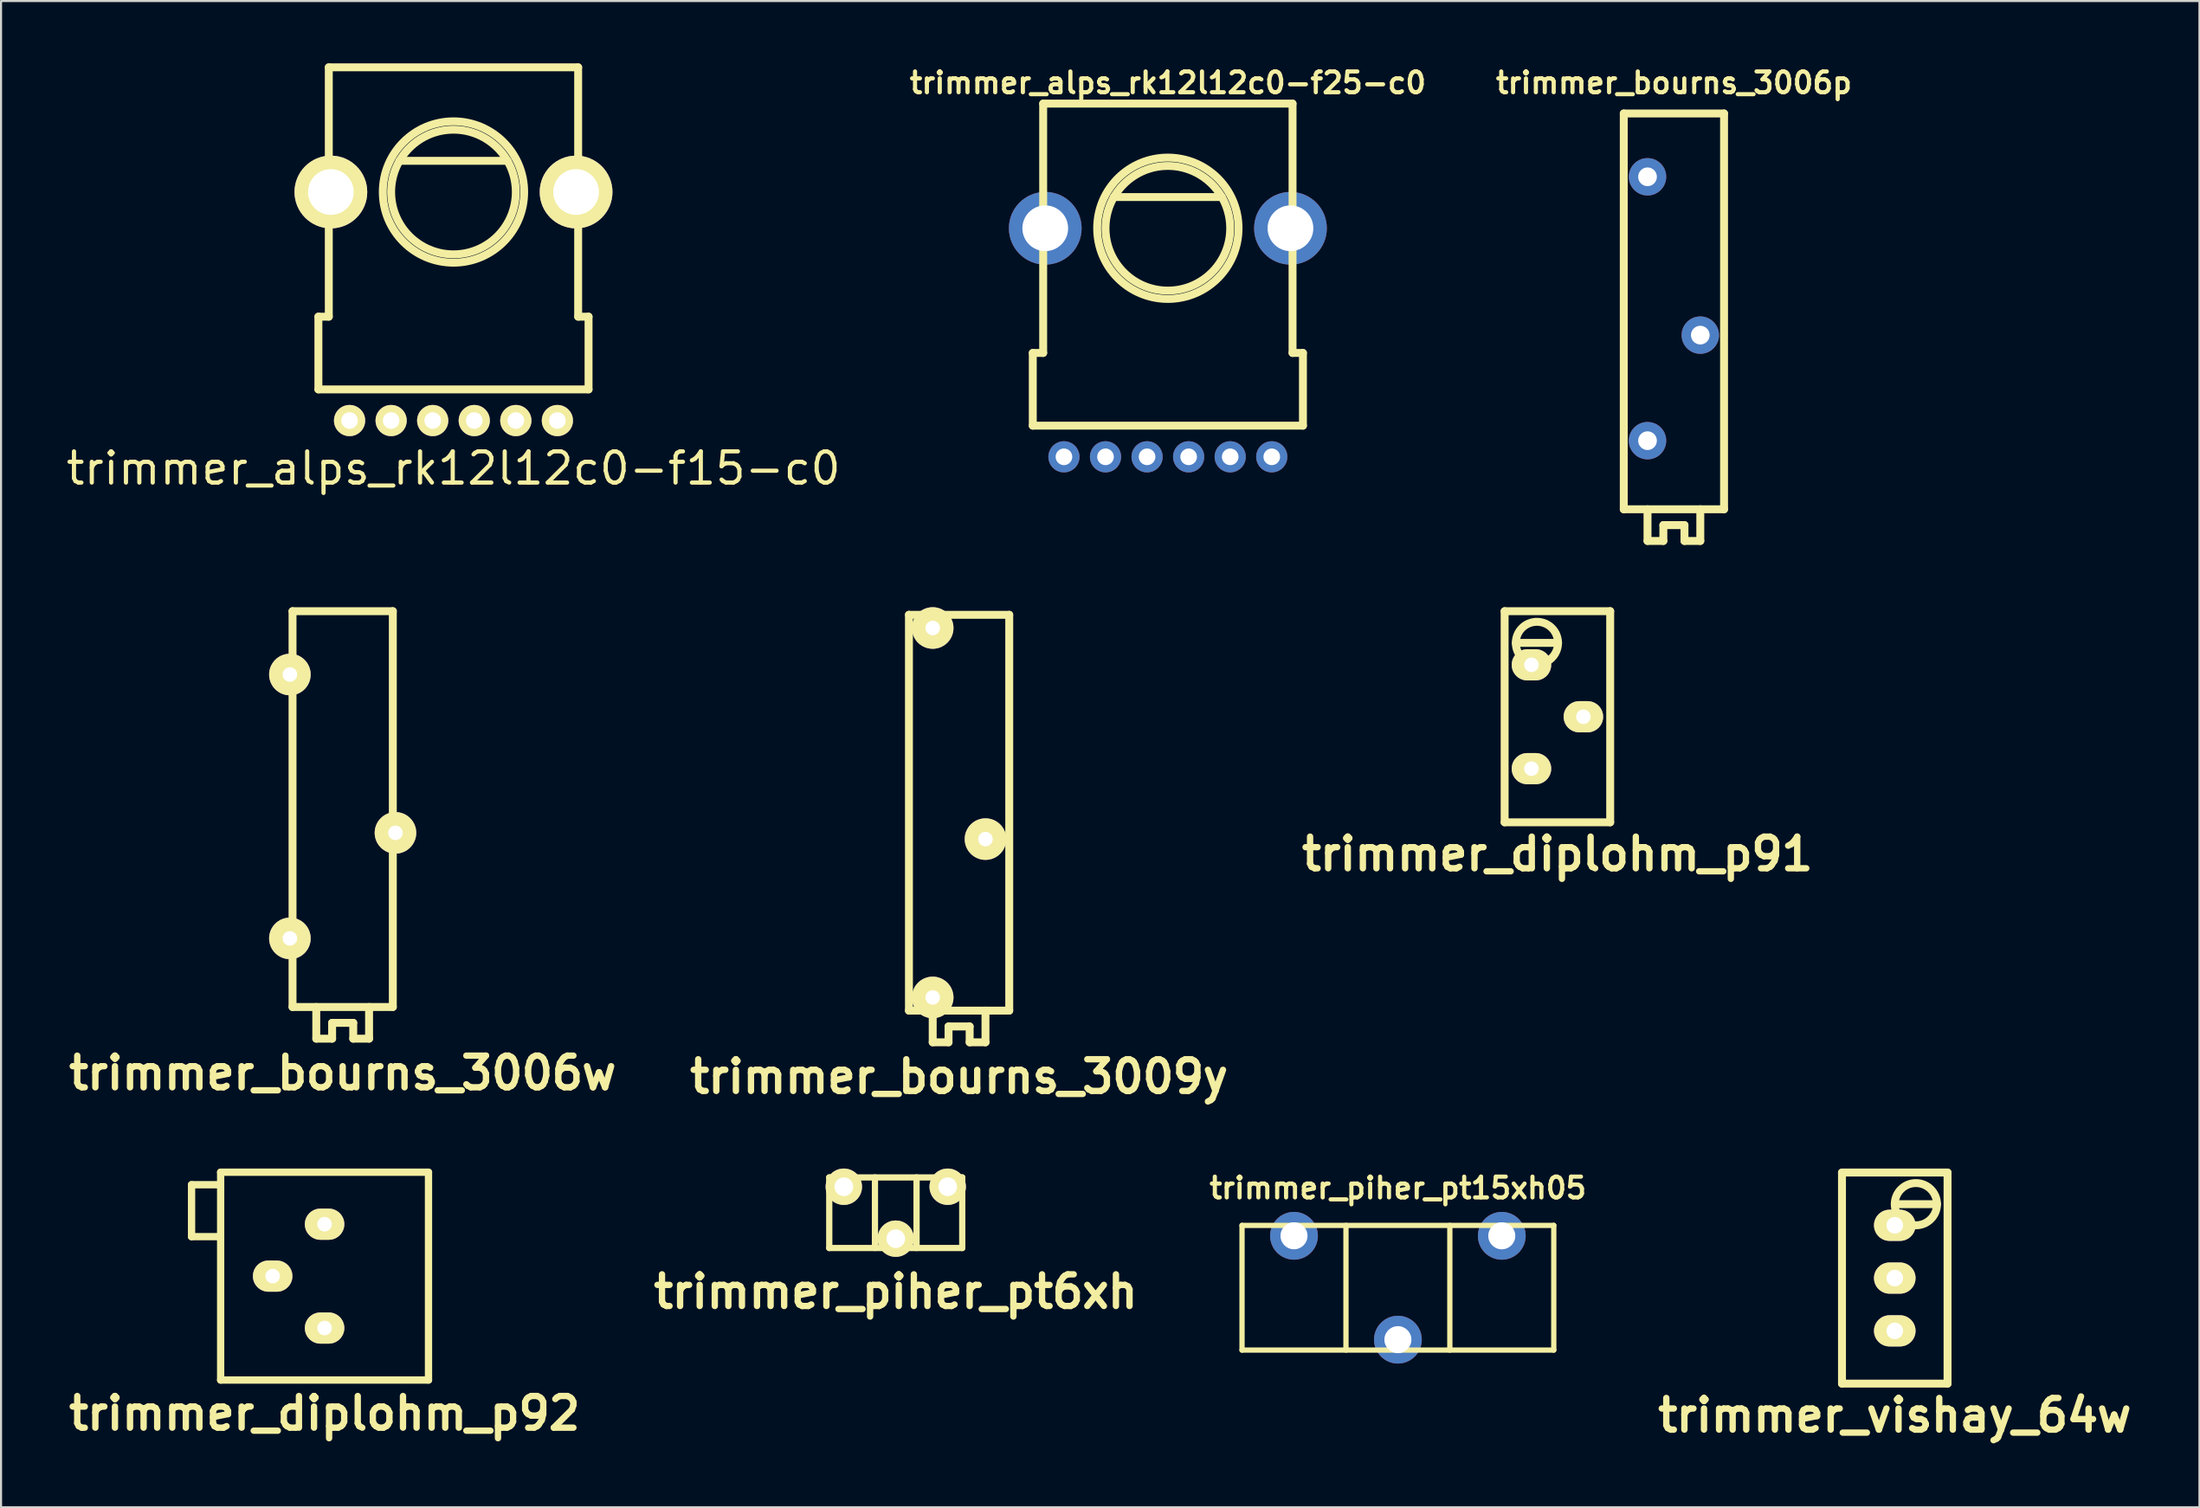
<source format=kicad_pcb>
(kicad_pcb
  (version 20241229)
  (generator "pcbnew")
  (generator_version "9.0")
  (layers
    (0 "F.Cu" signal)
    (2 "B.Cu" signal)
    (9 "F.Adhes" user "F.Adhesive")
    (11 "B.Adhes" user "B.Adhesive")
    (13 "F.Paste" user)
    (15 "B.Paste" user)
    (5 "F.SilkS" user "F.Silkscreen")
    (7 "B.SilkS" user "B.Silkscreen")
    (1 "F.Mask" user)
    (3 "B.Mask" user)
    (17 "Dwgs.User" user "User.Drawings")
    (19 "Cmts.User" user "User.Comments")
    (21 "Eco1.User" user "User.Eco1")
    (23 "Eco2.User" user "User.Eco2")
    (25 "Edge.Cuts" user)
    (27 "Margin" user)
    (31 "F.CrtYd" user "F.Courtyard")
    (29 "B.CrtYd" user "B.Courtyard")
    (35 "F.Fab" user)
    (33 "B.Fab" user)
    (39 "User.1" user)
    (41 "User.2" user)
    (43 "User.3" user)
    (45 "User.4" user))
  (footprint "trimmer_piher_pt15xh05"
    (layer "F.Cu")
    (at 64.219 58.927)
    (property "Reference" "trimmer_piher_pt15xh05" (at 0 -4.8 0) (layer "F.SilkS") (effects (font (size 1 1) (thickness 0.2))))
    (attr through_hole)
    (fp_line (start -7.501 -3) (end 7.501 -3) (stroke (width 0.254) (type solid)) (layer "F.SilkS"))
    (fp_line (start -7.501 3) (end -7.501 -3) (stroke (width 0.254) (type solid)) (layer "F.SilkS"))
    (fp_line (start -2.499 -3) (end -2.499 3) (stroke (width 0.254) (type solid)) (layer "F.SilkS"))
    (fp_line (start 2.499 3) (end 2.499 -3) (stroke (width 0.254) (type solid)) (layer "F.SilkS"))
    (fp_line (start 7.501 -3) (end 7.501 3) (stroke (width 0.254) (type solid)) (layer "F.SilkS"))
    (fp_line (start 7.501 3) (end -7.501 3) (stroke (width 0.254) (type solid)) (layer "F.SilkS"))
    (pad "1" thru_hole circle (at 4.999 -2.499) (size 2.3 2.3) (drill 1.3) (layers "*.Cu" "*.Mask"))
    (pad "2" thru_hole circle (at 0 2.499) (size 2.3 2.3) (drill 1.3) (layers "*.Cu" "*.Mask"))
    (pad "3" thru_hole circle (at -5 -2.5) (size 2.3 2.3) (drill 1.3) (layers "*.Cu" "*.Mask")))
  (footprint "trimmer_diplohm_p92"
    (layer "F.Cu")
    (at 12.569 58.368)
    (property "Reference" "trimmer_diplohm_p92" (at 0 6.604 0) (layer "F.SilkS") (effects (font (size 1.524 1.524) (thickness 0.305))))
    (attr through_hole)
    (fp_line (start -6.401 -4.399) (end -6.401 -1.9) (stroke (width 0.351) (type solid)) (layer "F.SilkS"))
    (fp_line (start -6.401 -1.9) (end -5.1 -1.9) (stroke (width 0.351) (type solid)) (layer "F.SilkS"))
    (fp_line (start -5.001 -5.001) (end 5.001 -5.001) (stroke (width 0.351) (type solid)) (layer "F.SilkS"))
    (fp_line (start -5.001 -4.399) (end -6.401 -4.399) (stroke (width 0.351) (type solid)) (layer "F.SilkS"))
    (fp_line (start -5.001 5.001) (end -5.001 -5.001) (stroke (width 0.351) (type solid)) (layer "F.SilkS"))
    (fp_line (start 5.001 -5.001) (end 5.001 5.001) (stroke (width 0.351) (type solid)) (layer "F.SilkS"))
    (fp_line (start 5.001 5.001) (end -5.001 5.001) (stroke (width 0.351) (type solid)) (layer "F.SilkS"))
    (pad "1" thru_hole oval (at 0 -2.499) (size 1.9 1.501) (drill 0.701) (layers "*.Cu" "*.Mask" "F.SilkS"))
    (pad "2" thru_hole oval (at -2.499 0) (size 1.9 1.501) (drill 0.701) (layers "*.Cu" "*.Mask" "F.SilkS"))
    (pad "3" thru_hole oval (at 0 2.499) (size 1.9 1.501) (drill 0.701) (layers "*.Cu" "*.Mask" "F.SilkS")))
  (footprint "trimmer_bourns_3006w"
    (layer "F.Cu")
    (at 13.44 35.891)
    (property "Reference" "trimmer_bourns_3006w" (at 0 12.7 0) (layer "F.SilkS") (effects (font (size 1.524 1.524) (thickness 0.305))))
    (attr through_hole)
    (fp_line (start -2.413 9.525) (end -2.413 -9.525) (stroke (width 0.381) (type solid)) (layer "F.SilkS"))
    (fp_line (start -1.27 9.525) (end -1.27 11.049) (stroke (width 0.381) (type solid)) (layer "F.SilkS"))
    (fp_line (start -0.508 10.287) (end 0.508 10.287) (stroke (width 0.381) (type solid)) (layer "F.SilkS"))
    (fp_line (start -0.508 11.049) (end -1.27 11.049) (stroke (width 0.381) (type solid)) (layer "F.SilkS"))
    (fp_line (start -0.508 11.049) (end -0.508 10.287) (stroke (width 0.381) (type solid)) (layer "F.SilkS"))
    (fp_line (start 0.508 10.287) (end 0.508 11.049) (stroke (width 0.381) (type solid)) (layer "F.SilkS"))
    (fp_line (start 0.508 11.049) (end 1.27 11.049) (stroke (width 0.381) (type solid)) (layer "F.SilkS"))
    (fp_line (start 1.27 11.049) (end 1.27 9.525) (stroke (width 0.381) (type solid)) (layer "F.SilkS"))
    (fp_line (start 2.413 -9.525) (end -2.413 -9.525) (stroke (width 0.381) (type solid)) (layer "F.SilkS"))
    (fp_line (start 2.413 -9.525) (end 2.413 9.525) (stroke (width 0.381) (type solid)) (layer "F.SilkS"))
    (fp_line (start 2.413 9.525) (end -2.413 9.525) (stroke (width 0.381) (type solid)) (layer "F.SilkS"))
    (pad "1" thru_hole oval (at -2.54 -6.477) (size 1.999 1.999) (drill 0.701) (layers "*.Cu" "*.Mask" "F.SilkS"))
    (pad "2" thru_hole oval (at 2.54 1.143) (size 1.999 1.999) (drill 0.701) (layers "*.Cu" "*.Mask" "F.SilkS"))
    (pad "3" thru_hole oval (at -2.54 6.223) (size 1.999 1.999) (drill 0.701) (layers "*.Cu" "*.Mask" "F.SilkS")))
  (footprint "trimmer_diplohm_p91"
    (layer "F.Cu")
    (at 71.895 31.446)
    (property "Reference" "trimmer_diplohm_p91" (at 0 6.604 0) (layer "F.SilkS") (effects (font (size 1.524 1.524) (thickness 0.305))))
    (attr through_hole)
    (fp_line (start -2.54 5.08) (end -2.54 -5.08) (stroke (width 0.381) (type solid)) (layer "F.SilkS"))
    (fp_line (start -1.999 -3.556) (end 0.033 -3.556) (stroke (width 0.381) (type solid)) (layer "F.SilkS"))
    (fp_line (start 2.54 -5.08) (end -2.54 -5.08) (stroke (width 0.381) (type solid)) (layer "F.SilkS"))
    (fp_line (start 2.54 -5.08) (end 2.54 5.08) (stroke (width 0.381) (type solid)) (layer "F.SilkS"))
    (fp_line (start 2.54 5.08) (end -2.54 5.08) (stroke (width 0.381) (type solid)) (layer "F.SilkS"))
    (fp_circle (center -0.986 -3.553) (end 0.03 -3.553) (stroke (width 0.381) (type solid)) (fill no) (layer "F.SilkS"))
    (pad "1" thru_hole oval (at -1.25 -2.499) (size 1.9 1.501) (drill 0.701) (layers "*.Cu" "*.Mask" "F.SilkS"))
    (pad "2" thru_hole oval (at 1.25 0) (size 1.9 1.501) (drill 0.701) (layers "*.Cu" "*.Mask" "F.SilkS"))
    (pad "3" thru_hole oval (at -1.25 2.499) (size 1.9 1.501) (drill 0.701) (layers "*.Cu" "*.Mask" "F.SilkS")))
  (footprint "trimmer_vishay_64w"
    (layer "F.Cu")
    (at 88.129 58.462)
    (property "Reference" "trimmer_vishay_64w" (at 0 6.604 0) (layer "F.SilkS") (effects (font (size 1.524 1.524) (thickness 0.305))))
    (attr through_hole)
    (fp_line (start -2.54 5.08) (end -2.54 -5.08) (stroke (width 0.381) (type solid)) (layer "F.SilkS"))
    (fp_line (start 0 -3.556) (end 2.032 -3.556) (stroke (width 0.381) (type solid)) (layer "F.SilkS"))
    (fp_line (start 2.54 -5.08) (end -2.54 -5.08) (stroke (width 0.381) (type solid)) (layer "F.SilkS"))
    (fp_line (start 2.54 -5.08) (end 2.54 5.08) (stroke (width 0.381) (type solid)) (layer "F.SilkS"))
    (fp_line (start 2.54 5.08) (end -2.54 5.08) (stroke (width 0.381) (type solid)) (layer "F.SilkS"))
    (fp_circle (center 1.016 -3.556) (end 2.032 -3.556) (stroke (width 0.381) (type solid)) (fill no) (layer "F.SilkS"))
    (pad "1" thru_hole oval (at 0 -2.54) (size 1.999 1.501) (drill 0.8) (layers "*.Cu" "*.Mask" "F.SilkS"))
    (pad "2" thru_hole oval (at 0 0) (size 1.999 1.501) (drill 0.8) (layers "*.Cu" "*.Mask" "F.SilkS"))
    (pad "3" thru_hole oval (at 0 2.54) (size 1.999 1.501) (drill 0.8) (layers "*.Cu" "*.Mask" "F.SilkS")))
  (footprint "trimmer_alps_rk12l12c0-f25-c0"
    (layer "F.Cu")
    (at 53.149 7.936)
    (property "Reference" "trimmer_alps_rk12l12c0-f25-c0" (at 0 -7 0) (layer "F.SilkS") (effects (font (size 1 1) (thickness 0.2))))
    (attr through_hole)
    (fp_line (start -6.5 6) (end -6.5 9.5) (stroke (width 0.381) (type solid)) (layer "F.SilkS"))
    (fp_line (start -6.5 9.5) (end 6.5 9.5) (stroke (width 0.381) (type solid)) (layer "F.SilkS"))
    (fp_line (start -6 -6) (end -6 6) (stroke (width 0.381) (type solid)) (layer "F.SilkS"))
    (fp_line (start -6 -6) (end 6 -6) (stroke (width 0.381) (type solid)) (layer "F.SilkS"))
    (fp_line (start -6 6) (end -6.5 6) (stroke (width 0.381) (type solid)) (layer "F.SilkS"))
    (fp_line (start -2.601 -1.501) (end 2.601 -1.501) (stroke (width 0.381) (type solid)) (layer "F.SilkS"))
    (fp_line (start 6 -6) (end 6 6) (stroke (width 0.381) (type solid)) (layer "F.SilkS"))
    (fp_line (start 6.5 6) (end 6 6) (stroke (width 0.381) (type solid)) (layer "F.SilkS"))
    (fp_line (start 6.5 9.5) (end 6.5 6) (stroke (width 0.381) (type solid)) (layer "F.SilkS"))
    (fp_circle (center 0 0) (end -3.401 0) (stroke (width 0.381) (type solid)) (fill no) (layer "F.SilkS"))
    (fp_circle (center 0 0) (end -3 0) (stroke (width 0.381) (type solid)) (fill no) (layer "F.SilkS"))
    (pad "" thru_hole circle (at -5.9 0) (size 3.5 3.5) (drill 2.2) (layers "*.Cu" "*.Mask"))
    (pad "" thru_hole circle (at 5.9 0) (size 3.5 3.5) (drill 2.2) (layers "*.Cu" "*.Mask"))
    (pad "1" thru_hole oval (at -1 11) (size 1.5 1.5) (drill 0.8) (layers "*.Cu" "*.Mask"))
    (pad "2" thru_hole oval (at 1 11) (size 1.5 1.5) (drill 0.8) (layers "*.Cu" "*.Mask"))
    (pad "3" thru_hole oval (at 3 11) (size 1.5 1.5) (drill 0.8) (layers "*.Cu" "*.Mask"))
    (pad "4" thru_hole oval (at -3 11) (size 1.5 1.5) (drill 0.8) (layers "*.Cu" "*.Mask"))
    (pad "5" thru_hole oval (at -5 11) (size 1.5 1.5) (drill 0.8) (layers "*.Cu" "*.Mask"))
    (pad "6" thru_hole oval (at 5 11) (size 1.5 1.5) (drill 0.8) (layers "*.Cu" "*.Mask")))
  (footprint "trimmer_bourns_3009y"
    (layer "F.Cu")
    (at 43.103 36.065)
    (property "Reference" "trimmer_bourns_3009y" (at 0 12.7 0) (layer "F.SilkS") (effects (font (size 1.524 1.524) (thickness 0.305))))
    (attr through_hole)
    (fp_line (start -2.413 9.525) (end -2.413 -9.525) (stroke (width 0.381) (type solid)) (layer "F.SilkS"))
    (fp_line (start -1.27 9.525) (end -1.27 11.049) (stroke (width 0.381) (type solid)) (layer "F.SilkS"))
    (fp_line (start -0.508 10.287) (end 0.508 10.287) (stroke (width 0.381) (type solid)) (layer "F.SilkS"))
    (fp_line (start -0.508 11.049) (end -1.27 11.049) (stroke (width 0.381) (type solid)) (layer "F.SilkS"))
    (fp_line (start -0.508 11.049) (end -0.508 10.287) (stroke (width 0.381) (type solid)) (layer "F.SilkS"))
    (fp_line (start 0.508 10.287) (end 0.508 11.049) (stroke (width 0.381) (type solid)) (layer "F.SilkS"))
    (fp_line (start 0.508 11.049) (end 1.27 11.049) (stroke (width 0.381) (type solid)) (layer "F.SilkS"))
    (fp_line (start 1.27 11.049) (end 1.27 9.525) (stroke (width 0.381) (type solid)) (layer "F.SilkS"))
    (fp_line (start 2.413 -9.525) (end -2.413 -9.525) (stroke (width 0.381) (type solid)) (layer "F.SilkS"))
    (fp_line (start 2.413 -9.525) (end 2.413 9.525) (stroke (width 0.381) (type solid)) (layer "F.SilkS"))
    (fp_line (start 2.413 9.525) (end -2.413 9.525) (stroke (width 0.381) (type solid)) (layer "F.SilkS"))
    (pad "1" thru_hole oval (at -1.27 -8.89) (size 1.999 1.999) (drill 0.701) (layers "*.Cu" "*.Mask" "F.SilkS"))
    (pad "2" thru_hole oval (at 1.27 1.27) (size 1.999 1.999) (drill 0.701) (layers "*.Cu" "*.Mask" "F.SilkS"))
    (pad "3" thru_hole oval (at -1.27 8.89) (size 1.999 1.999) (drill 0.701) (layers "*.Cu" "*.Mask" "F.SilkS")))
  (footprint "trimmer_piher_pt6xh"
    (layer "F.Cu")
    (at 40.055 55.316)
    (property "Reference" "trimmer_piher_pt6xh" (at 0 3.8 0) (layer "F.SilkS") (effects (font (size 1.524 1.524) (thickness 0.305))))
    (attr through_hole)
    (fp_line (start -3.2 -1.699) (end 3.2 -1.699) (stroke (width 0.3) (type solid)) (layer "F.SilkS"))
    (fp_line (start -3.2 1.699) (end -3.2 -1.699) (stroke (width 0.3) (type solid)) (layer "F.SilkS"))
    (fp_line (start -1.001 -1.699) (end -1.001 1.699) (stroke (width 0.3) (type solid)) (layer "F.SilkS"))
    (fp_line (start 1.001 -1.699) (end 1.001 1.699) (stroke (width 0.3) (type solid)) (layer "F.SilkS"))
    (fp_line (start 3.2 -1.699) (end 3.2 1.699) (stroke (width 0.3) (type solid)) (layer "F.SilkS"))
    (fp_line (start 3.2 1.699) (end -3.2 1.699) (stroke (width 0.3) (type solid)) (layer "F.SilkS"))
    (pad "1" thru_hole circle (at 2.499 -1.25) (size 1.75 1.75) (drill 0.899) (layers "*.Cu" "*.Mask" "F.SilkS"))
    (pad "2" thru_hole circle (at 0 1.25) (size 1.75 1.75) (drill 0.899) (layers "*.Cu" "*.Mask" "F.SilkS"))
    (pad "3" thru_hole circle (at -2.499 -1.25) (size 1.75 1.75) (drill 0.899) (layers "*.Cu" "*.Mask" "F.SilkS")))
  (footprint "trimmer_alps_rk12l12c0-f15-c0"
    (layer "F.Cu")
    (at 18.772 6.191)
    (property "Reference" "trimmer_alps_rk12l12c0-f15-c0" (at 0 13.3 0) (layer "F.SilkS") (effects (font (size 1.501 1.501) (thickness 0.201))))
    (attr through_hole)
    (fp_line (start -6.5 6) (end -6.5 9.5) (stroke (width 0.381) (type solid)) (layer "F.SilkS"))
    (fp_line (start -6.5 9.5) (end 6.5 9.5) (stroke (width 0.381) (type solid)) (layer "F.SilkS"))
    (fp_line (start -6 -6) (end -6 6) (stroke (width 0.381) (type solid)) (layer "F.SilkS"))
    (fp_line (start -6 -6) (end 6 -6) (stroke (width 0.381) (type solid)) (layer "F.SilkS"))
    (fp_line (start -6 6) (end -6.5 6) (stroke (width 0.381) (type solid)) (layer "F.SilkS"))
    (fp_line (start -2.601 -1.501) (end 2.601 -1.501) (stroke (width 0.381) (type solid)) (layer "F.SilkS"))
    (fp_line (start 6 -6) (end 6 6) (stroke (width 0.381) (type solid)) (layer "F.SilkS"))
    (fp_line (start 6.5 6) (end 6 6) (stroke (width 0.381) (type solid)) (layer "F.SilkS"))
    (fp_line (start 6.5 9.5) (end 6.5 6) (stroke (width 0.381) (type solid)) (layer "F.SilkS"))
    (fp_circle (center 0 0) (end -3.401 0) (stroke (width 0.381) (type solid)) (fill no) (layer "F.SilkS"))
    (fp_circle (center 0 0) (end -3 0) (stroke (width 0.381) (type solid)) (fill no) (layer "F.SilkS"))
    (pad "" thru_hole circle (at -5.9 0) (size 3.5 3.5) (drill 2.2) (layers "*.Cu" "*.Mask" "F.SilkS"))
    (pad "" thru_hole circle (at 5.9 0) (size 3.5 3.5) (drill 2.2) (layers "*.Cu" "*.Mask" "F.SilkS"))
    (pad "1" thru_hole oval (at -1 11) (size 1.5 1.5) (drill 0.8) (layers "*.Cu" "*.Mask" "F.SilkS"))
    (pad "2" thru_hole oval (at 1 11) (size 1.5 1.5) (drill 0.8) (layers "*.Cu" "*.Mask" "F.SilkS"))
    (pad "3" thru_hole oval (at 3 11) (size 1.5 1.5) (drill 0.8) (layers "*.Cu" "*.Mask" "F.SilkS"))
    (pad "4" thru_hole oval (at -3 11) (size 1.5 1.5) (drill 0.8) (layers "*.Cu" "*.Mask" "F.SilkS"))
    (pad "5" thru_hole oval (at -5 11) (size 1.5 1.5) (drill 0.8) (layers "*.Cu" "*.Mask" "F.SilkS"))
    (pad "6" thru_hole oval (at 5 11) (size 1.5 1.5) (drill 0.8) (layers "*.Cu" "*.Mask" "F.SilkS")))
  (footprint "trimmer_bourns_3006p"
    (layer "F.Cu")
    (at 77.501 11.936)
    (property "Reference" "trimmer_bourns_3006p" (at 0 -11 0) (layer "F.SilkS") (effects (font (size 1 1) (thickness 0.2))))
    (attr through_hole)
    (fp_line (start -2.413 9.525) (end -2.413 -9.525) (stroke (width 0.381) (type solid)) (layer "F.SilkS"))
    (fp_line (start -1.27 9.525) (end -1.27 11.049) (stroke (width 0.381) (type solid)) (layer "F.SilkS"))
    (fp_line (start -0.508 10.287) (end 0.508 10.287) (stroke (width 0.381) (type solid)) (layer "F.SilkS"))
    (fp_line (start -0.508 11.049) (end -1.27 11.049) (stroke (width 0.381) (type solid)) (layer "F.SilkS"))
    (fp_line (start -0.508 11.049) (end -0.508 10.287) (stroke (width 0.381) (type solid)) (layer "F.SilkS"))
    (fp_line (start 0.508 10.287) (end 0.508 11.049) (stroke (width 0.381) (type solid)) (layer "F.SilkS"))
    (fp_line (start 0.508 11.049) (end 1.27 11.049) (stroke (width 0.381) (type solid)) (layer "F.SilkS"))
    (fp_line (start 1.27 11.049) (end 1.27 9.525) (stroke (width 0.381) (type solid)) (layer "F.SilkS"))
    (fp_line (start 2.413 -9.525) (end -2.413 -9.525) (stroke (width 0.381) (type solid)) (layer "F.SilkS"))
    (fp_line (start 2.413 -9.525) (end 2.413 9.525) (stroke (width 0.381) (type solid)) (layer "F.SilkS"))
    (fp_line (start 2.413 9.525) (end -2.413 9.525) (stroke (width 0.381) (type solid)) (layer "F.SilkS"))
    (pad "1" thru_hole circle (at -1.27 -6.477) (size 1.8 1.8) (drill 0.9) (layers "*.Cu" "*.Mask"))
    (pad "2" thru_hole circle (at 1.27 1.143) (size 1.8 1.8) (drill 0.9) (layers "*.Cu" "*.Mask"))
    (pad "3" thru_hole circle (at -1.27 6.223) (size 1.8 1.8) (drill 0.9) (layers "*.Cu" "*.Mask")))
  (gr_rect
    (start -3 -3)
    (end 102.791 69.492)
    (stroke (width 0.1) (type default))
    (fill no)
    (layer "Edge.Cuts")))
</source>
